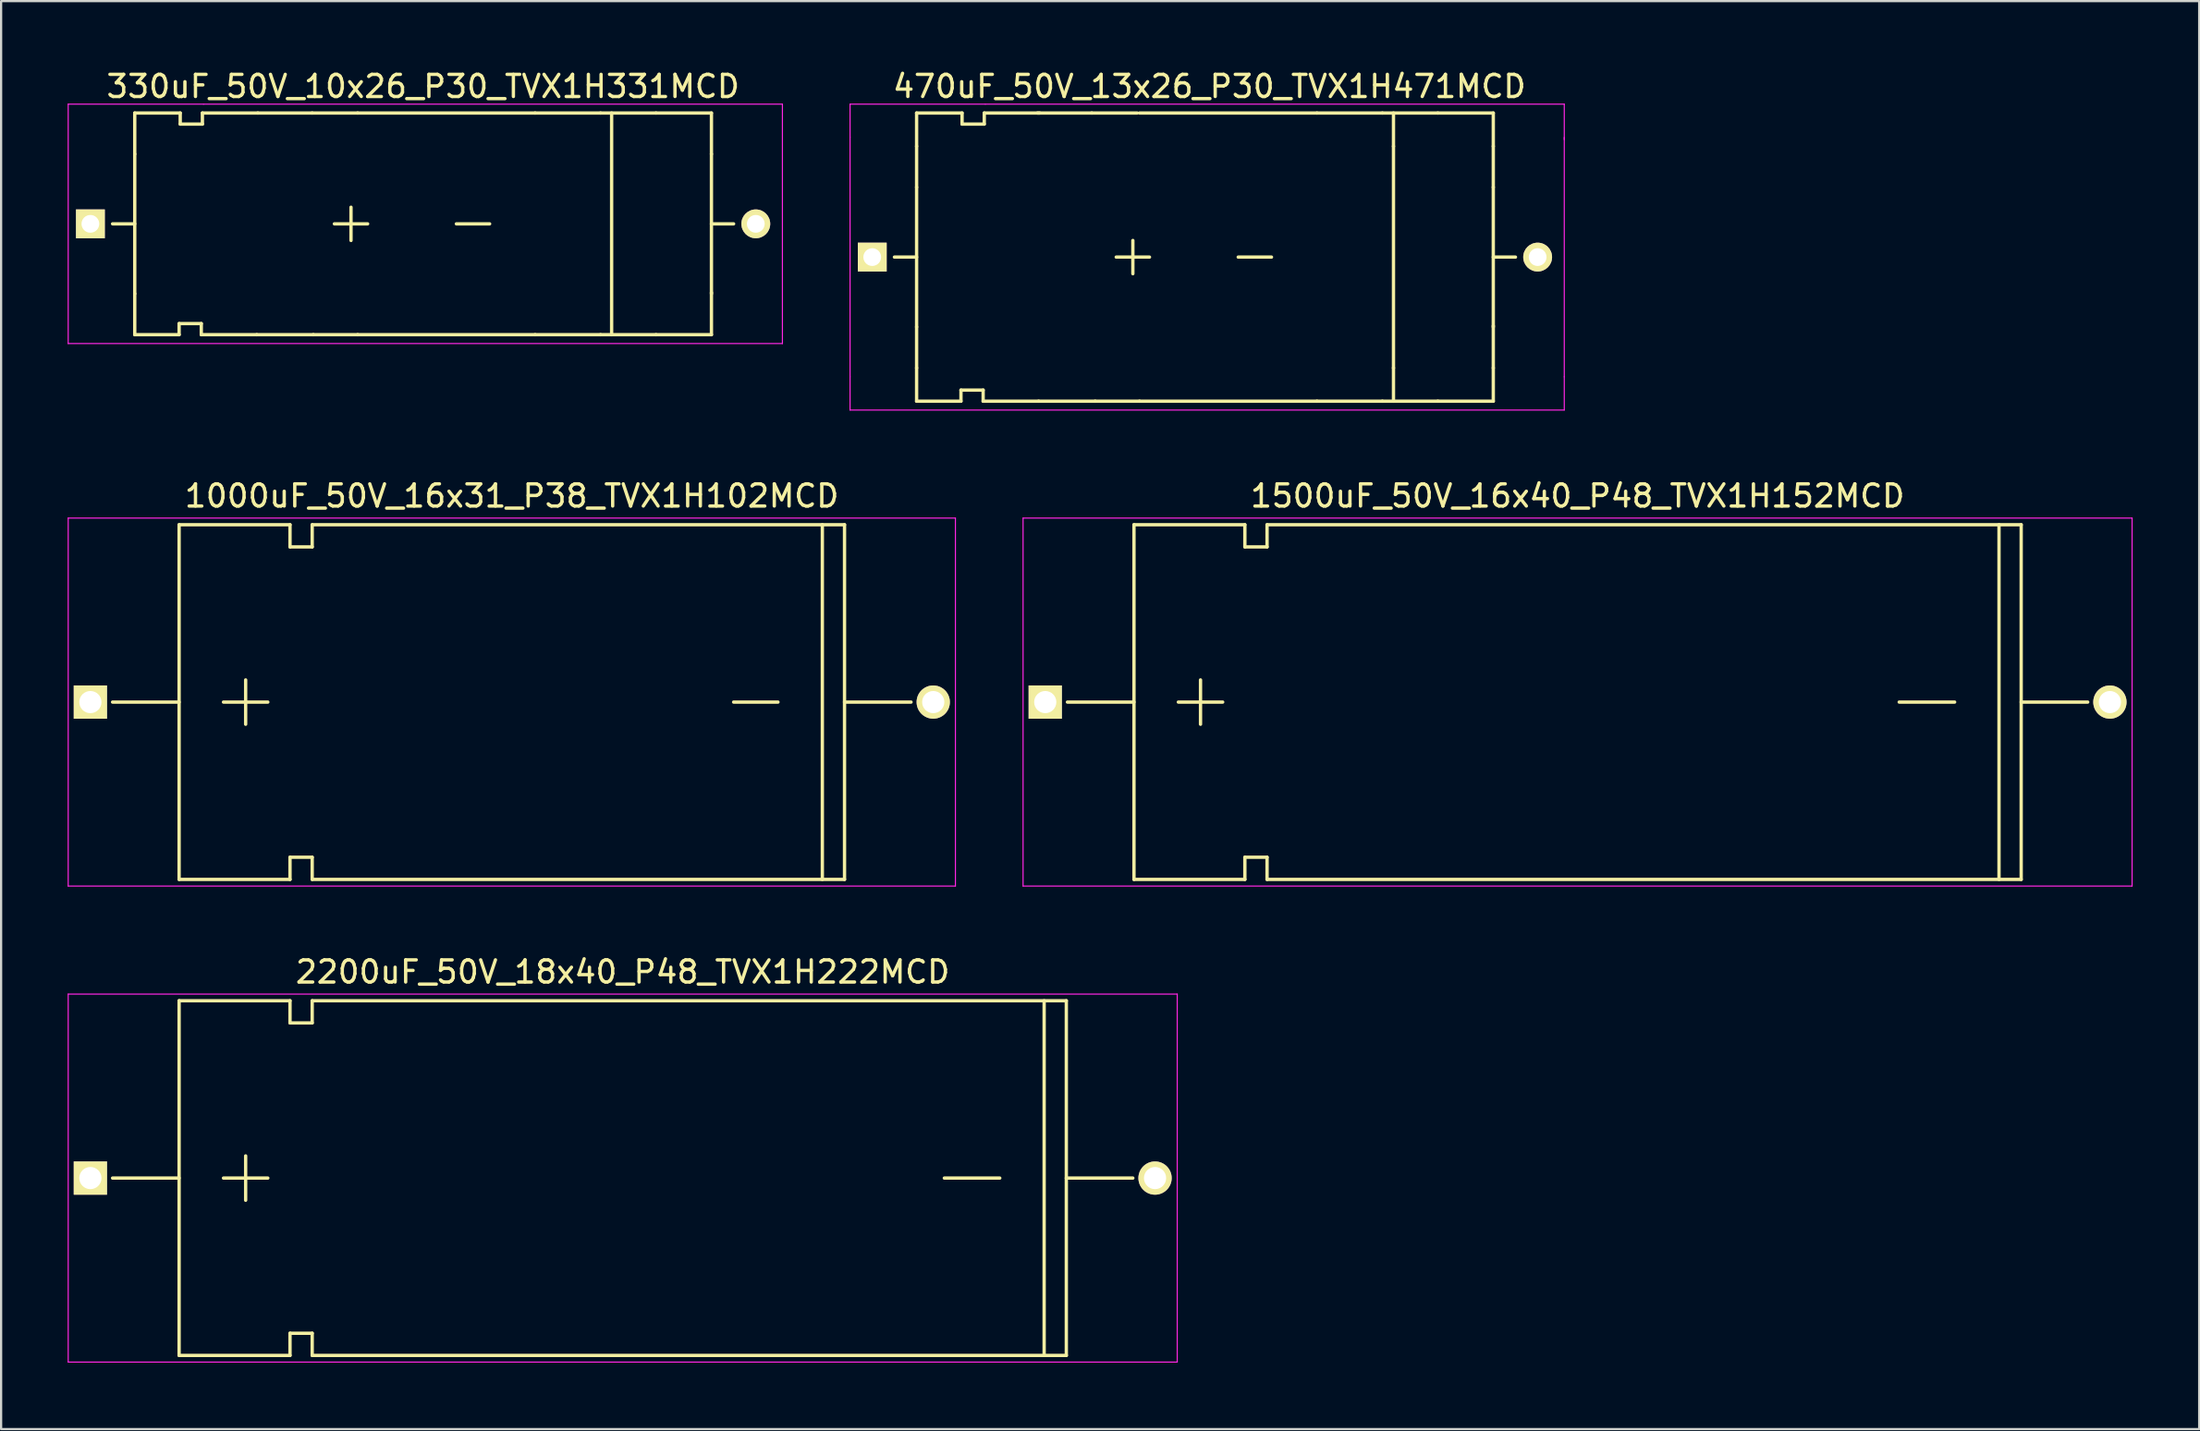
<source format=kicad_pcb>
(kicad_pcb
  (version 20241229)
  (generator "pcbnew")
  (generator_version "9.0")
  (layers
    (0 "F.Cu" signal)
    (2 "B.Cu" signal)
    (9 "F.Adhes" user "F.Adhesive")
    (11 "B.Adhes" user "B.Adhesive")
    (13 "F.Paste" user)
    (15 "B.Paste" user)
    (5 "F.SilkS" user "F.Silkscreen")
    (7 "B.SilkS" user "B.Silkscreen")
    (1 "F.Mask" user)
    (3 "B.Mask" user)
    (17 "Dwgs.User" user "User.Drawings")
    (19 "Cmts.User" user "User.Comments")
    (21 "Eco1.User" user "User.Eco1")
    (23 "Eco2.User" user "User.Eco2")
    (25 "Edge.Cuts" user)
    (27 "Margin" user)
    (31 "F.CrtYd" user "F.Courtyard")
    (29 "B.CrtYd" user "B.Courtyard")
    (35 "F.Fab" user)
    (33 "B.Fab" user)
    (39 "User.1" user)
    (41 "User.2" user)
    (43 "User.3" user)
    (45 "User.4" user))
  (footprint "1500uF_50V_16x40_P48_TVX1H152MCD"
    (layer "F.Cu")
    (at 44.075 28.622)
    (property "Reference" "1500uF_50V_16x40_P48_TVX1H152MCD" (at 24 -9.3 0) (layer "F.SilkS") (effects (font (size 1 1) (thickness 0.15))))
    (attr through_hole)
    (fp_line (start 4 0) (end 1 0) (stroke (width 0.15) (type solid)) (layer "F.SilkS"))
    (fp_line (start 4 8) (end 4 -8) (stroke (width 0.15) (type solid)) (layer "F.SilkS"))
    (fp_line (start 6 0) (end 8 0) (stroke (width 0.15) (type solid)) (layer "F.SilkS"))
    (fp_line (start 7 1) (end 7 -1) (stroke (width 0.15) (type solid)) (layer "F.SilkS"))
    (fp_line (start 9 -8) (end 4 -8) (stroke (width 0.15) (type solid)) (layer "F.SilkS"))
    (fp_line (start 9 -8) (end 9 -7) (stroke (width 0.15) (type solid)) (layer "F.SilkS"))
    (fp_line (start 9 -7) (end 10 -7) (stroke (width 0.15) (type solid)) (layer "F.SilkS"))
    (fp_line (start 9 7) (end 9 8) (stroke (width 0.15) (type solid)) (layer "F.SilkS"))
    (fp_line (start 9 8) (end 4 8) (stroke (width 0.15) (type solid)) (layer "F.SilkS"))
    (fp_line (start 10 -7) (end 10 -8) (stroke (width 0.15) (type solid)) (layer "F.SilkS"))
    (fp_line (start 10 7) (end 9 7) (stroke (width 0.15) (type solid)) (layer "F.SilkS"))
    (fp_line (start 10 8) (end 10 7) (stroke (width 0.15) (type solid)) (layer "F.SilkS"))
    (fp_line (start 10 8) (end 44 8) (stroke (width 0.15) (type solid)) (layer "F.SilkS"))
    (fp_line (start 38.5 0) (end 41 0) (stroke (width 0.15) (type solid)) (layer "F.SilkS"))
    (fp_line (start 43 -8) (end 43 8) (stroke (width 0.15) (type solid)) (layer "F.SilkS"))
    (fp_line (start 44 -8) (end 10 -8) (stroke (width 0.15) (type solid)) (layer "F.SilkS"))
    (fp_line (start 44 0) (end 47 0) (stroke (width 0.15) (type solid)) (layer "F.SilkS"))
    (fp_line (start 44 8) (end 44 -8) (stroke (width 0.15) (type solid)) (layer "F.SilkS"))
    (fp_line (start -1 -8.3) (end 49 -8.3) (stroke (width 0.05) (type solid)) (layer "F.CrtYd"))
    (fp_line (start -1 8.3) (end -1 -8.3) (stroke (width 0.05) (type solid)) (layer "F.CrtYd"))
    (fp_line (start 49 -8.3) (end 49 8.3) (stroke (width 0.05) (type solid)) (layer "F.CrtYd"))
    (fp_line (start 49 8.3) (end -1 8.3) (stroke (width 0.05) (type solid)) (layer "F.CrtYd"))
    (pad "1" thru_hole rect (at 0 0) (size 1.5 1.5) (drill 1) (layers "*.Cu" "*.Mask" "F.SilkS"))
    (pad "2" thru_hole circle (at 48 0) (size 1.5 1.5) (drill 1) (layers "*.Cu" "*.Mask" "F.SilkS")))
  (footprint "1000uF_50V_16x31_P38_TVX1H102MCD"
    (layer "F.Cu")
    (at 1.025 28.622)
    (property "Reference" "1000uF_50V_16x31_P38_TVX1H102MCD" (at 19 -9.3 0) (layer "F.SilkS") (effects (font (size 1 1) (thickness 0.15))))
    (attr through_hole)
    (fp_line (start 4 0) (end 1 0) (stroke (width 0.15) (type solid)) (layer "F.SilkS"))
    (fp_line (start 4 8) (end 4 -8) (stroke (width 0.15) (type solid)) (layer "F.SilkS"))
    (fp_line (start 6 0) (end 8 0) (stroke (width 0.15) (type solid)) (layer "F.SilkS"))
    (fp_line (start 7 1) (end 7 -1) (stroke (width 0.15) (type solid)) (layer "F.SilkS"))
    (fp_line (start 9 -8) (end 4 -8) (stroke (width 0.15) (type solid)) (layer "F.SilkS"))
    (fp_line (start 9 -8) (end 9 -7) (stroke (width 0.15) (type solid)) (layer "F.SilkS"))
    (fp_line (start 9 -7) (end 10 -7) (stroke (width 0.15) (type solid)) (layer "F.SilkS"))
    (fp_line (start 9 7) (end 9 8) (stroke (width 0.15) (type solid)) (layer "F.SilkS"))
    (fp_line (start 9 8) (end 4 8) (stroke (width 0.15) (type solid)) (layer "F.SilkS"))
    (fp_line (start 10 -7) (end 10 -8) (stroke (width 0.15) (type solid)) (layer "F.SilkS"))
    (fp_line (start 10 7) (end 9 7) (stroke (width 0.15) (type solid)) (layer "F.SilkS"))
    (fp_line (start 10 8) (end 10 7) (stroke (width 0.15) (type solid)) (layer "F.SilkS"))
    (fp_line (start 10 8) (end 34 8) (stroke (width 0.15) (type solid)) (layer "F.SilkS"))
    (fp_line (start 29 0) (end 31 0) (stroke (width 0.15) (type solid)) (layer "F.SilkS"))
    (fp_line (start 33 -8) (end 33 8) (stroke (width 0.15) (type solid)) (layer "F.SilkS"))
    (fp_line (start 34 -8) (end 10 -8) (stroke (width 0.15) (type solid)) (layer "F.SilkS"))
    (fp_line (start 34 8) (end 34 -8) (stroke (width 0.15) (type solid)) (layer "F.SilkS"))
    (fp_line (start 37 0) (end 34 0) (stroke (width 0.15) (type solid)) (layer "F.SilkS"))
    (fp_line (start -1 -8.3) (end 39 -8.3) (stroke (width 0.05) (type solid)) (layer "F.CrtYd"))
    (fp_line (start -1 8.3) (end -1 -8.3) (stroke (width 0.05) (type solid)) (layer "F.CrtYd"))
    (fp_line (start 39 -8.3) (end 39 8.3) (stroke (width 0.05) (type solid)) (layer "F.CrtYd"))
    (fp_line (start 39 8.3) (end -1 8.3) (stroke (width 0.05) (type solid)) (layer "F.CrtYd"))
    (pad "1" thru_hole rect (at 0 0) (size 1.5 1.5) (drill 1) (layers "*.Cu" "*.Mask" "F.SilkS"))
    (pad "2" thru_hole circle (at 38 0) (size 1.5 1.5) (drill 1) (layers "*.Cu" "*.Mask" "F.SilkS")))
  (footprint "2200uF_50V_18x40_P48_TVX1H222MCD"
    (layer "F.Cu")
    (at 1.025 50.095)
    (property "Reference" "2200uF_50V_18x40_P48_TVX1H222MCD" (at 24 -9.3 0) (layer "F.SilkS") (effects (font (size 1 1) (thickness 0.15))))
    (attr through_hole)
    (fp_line (start 4 0) (end 1 0) (stroke (width 0.15) (type solid)) (layer "F.SilkS"))
    (fp_line (start 4 8) (end 4 -8) (stroke (width 0.15) (type solid)) (layer "F.SilkS"))
    (fp_line (start 6 0) (end 8 0) (stroke (width 0.15) (type solid)) (layer "F.SilkS"))
    (fp_line (start 7 1) (end 7 -1) (stroke (width 0.15) (type solid)) (layer "F.SilkS"))
    (fp_line (start 9 -8) (end 4 -8) (stroke (width 0.15) (type solid)) (layer "F.SilkS"))
    (fp_line (start 9 -8) (end 9 -7) (stroke (width 0.15) (type solid)) (layer "F.SilkS"))
    (fp_line (start 9 -7) (end 10 -7) (stroke (width 0.15) (type solid)) (layer "F.SilkS"))
    (fp_line (start 9 7) (end 9 8) (stroke (width 0.15) (type solid)) (layer "F.SilkS"))
    (fp_line (start 9 8) (end 4 8) (stroke (width 0.15) (type solid)) (layer "F.SilkS"))
    (fp_line (start 10 -7) (end 10 -8) (stroke (width 0.15) (type solid)) (layer "F.SilkS"))
    (fp_line (start 10 7) (end 9 7) (stroke (width 0.15) (type solid)) (layer "F.SilkS"))
    (fp_line (start 10 8) (end 10 7) (stroke (width 0.15) (type solid)) (layer "F.SilkS"))
    (fp_line (start 10 8) (end 44 8) (stroke (width 0.15) (type solid)) (layer "F.SilkS"))
    (fp_line (start 38.5 0) (end 41 0) (stroke (width 0.15) (type solid)) (layer "F.SilkS"))
    (fp_line (start 43 -8) (end 43 8) (stroke (width 0.15) (type solid)) (layer "F.SilkS"))
    (fp_line (start 44 -8) (end 10 -8) (stroke (width 0.15) (type solid)) (layer "F.SilkS"))
    (fp_line (start 44 0) (end 47 0) (stroke (width 0.15) (type solid)) (layer "F.SilkS"))
    (fp_line (start 44 8) (end 44 -8) (stroke (width 0.15) (type solid)) (layer "F.SilkS"))
    (fp_line (start -1 -8.3) (end 49 -8.3) (stroke (width 0.05) (type solid)) (layer "F.CrtYd"))
    (fp_line (start -1 8.3) (end -1 -8.3) (stroke (width 0.05) (type solid)) (layer "F.CrtYd"))
    (fp_line (start 49 -8.3) (end 49 8.3) (stroke (width 0.05) (type solid)) (layer "F.CrtYd"))
    (fp_line (start 49 8.3) (end -1 8.3) (stroke (width 0.05) (type solid)) (layer "F.CrtYd"))
    (pad "1" thru_hole rect (at 0 0) (size 1.5 1.5) (drill 1) (layers "*.Cu" "*.Mask" "F.SilkS"))
    (pad "2" thru_hole circle (at 48 0) (size 1.5 1.5) (drill 1) (layers "*.Cu" "*.Mask" "F.SilkS")))
  (footprint "470uF_50V_13x26_P30_TVX1H471MCD"
    (layer "F.Cu")
    (at 42.275 8.548)
    (property "Reference" "470uF_50V_13x26_P30_TVX1H471MCD" (at 9.2 -7.7 0) (layer "F.SilkS") (effects (font (size 1 1) (thickness 0.15))))
    (attr through_hole)
    (fp_line (start -5 0) (end -4 0) (stroke (width 0.15) (type solid)) (layer "F.SilkS"))
    (fp_line (start -4 -6.5) (end -4 -5) (stroke (width 0.15) (type solid)) (layer "F.SilkS"))
    (fp_line (start -4 -5) (end -4 -3.15) (stroke (width 0.15) (type solid)) (layer "F.SilkS"))
    (fp_line (start -4 -3.15) (end -4 3.15) (stroke (width 0.15) (type solid)) (layer "F.SilkS"))
    (fp_line (start -4 5) (end -4 3.15) (stroke (width 0.15) (type solid)) (layer "F.SilkS"))
    (fp_line (start -4 5) (end -4 6.5) (stroke (width 0.15) (type solid)) (layer "F.SilkS"))
    (fp_line (start -2 6) (end -2 6.5) (stroke (width 0.15) (type solid)) (layer "F.SilkS"))
    (fp_line (start -2 6.5) (end -4 6.5) (stroke (width 0.15) (type solid)) (layer "F.SilkS"))
    (fp_line (start -1.95 -6.5) (end -4 -6.5) (stroke (width 0.15) (type solid)) (layer "F.SilkS"))
    (fp_line (start -1.95 -6.5) (end -1.95 -6) (stroke (width 0.15) (type solid)) (layer "F.SilkS"))
    (fp_line (start -1.95 -6) (end -0.95 -6) (stroke (width 0.15) (type solid)) (layer "F.SilkS"))
    (fp_line (start -1 6) (end -2 6) (stroke (width 0.15) (type solid)) (layer "F.SilkS"))
    (fp_line (start -1 6.5) (end -1 6) (stroke (width 0.15) (type solid)) (layer "F.SilkS"))
    (fp_line (start -0.95 -6.5) (end 1.55 -6.5) (stroke (width 0.15) (type solid)) (layer "F.SilkS"))
    (fp_line (start -0.95 -6) (end -0.95 -6.5) (stroke (width 0.15) (type solid)) (layer "F.SilkS"))
    (fp_line (start 1.5 6.5) (end -1 6.5) (stroke (width 0.15) (type solid)) (layer "F.SilkS"))
    (fp_line (start 1.5 6.5) (end 4.05 6.5) (stroke (width 0.15) (type solid)) (layer "F.SilkS"))
    (fp_line (start 3.9 -6.5) (end 1.45 -6.5) (stroke (width 0.15) (type solid)) (layer "F.SilkS"))
    (fp_line (start 3.9 -6.5) (end 5.95 -6.5) (stroke (width 0.15) (type solid)) (layer "F.SilkS"))
    (fp_line (start 5 0) (end 6.5 0) (stroke (width 0.15) (type solid)) (layer "F.SilkS"))
    (fp_line (start 5.75 0.75) (end 5.75 -0.75) (stroke (width 0.15) (type solid)) (layer "F.SilkS"))
    (fp_line (start 6.05 6.5) (end 4.05 6.5) (stroke (width 0.15) (type solid)) (layer "F.SilkS"))
    (fp_line (start 6.05 6.5) (end 14.05 6.5) (stroke (width 0.15) (type solid)) (layer "F.SilkS"))
    (fp_line (start 10.5 0) (end 12 0) (stroke (width 0.15) (type solid)) (layer "F.SilkS"))
    (fp_line (start 14.05 -6.5) (end 6.05 -6.5) (stroke (width 0.15) (type solid)) (layer "F.SilkS"))
    (fp_line (start 14.05 -6.5) (end 17 -6.5) (stroke (width 0.15) (type solid)) (layer "F.SilkS"))
    (fp_line (start 14.05 6.5) (end 17 6.5) (stroke (width 0.15) (type solid)) (layer "F.SilkS"))
    (fp_line (start 17 -6.5) (end 19.5 -6.5) (stroke (width 0.15) (type solid)) (layer "F.SilkS"))
    (fp_line (start 17 6.5) (end 19.5 6.5) (stroke (width 0.15) (type solid)) (layer "F.SilkS"))
    (fp_line (start 17.5 -5) (end 17.5 -6.5) (stroke (width 0.15) (type solid)) (layer "F.SilkS"))
    (fp_line (start 17.5 -5) (end 17.5 5) (stroke (width 0.15) (type solid)) (layer "F.SilkS"))
    (fp_line (start 17.5 5) (end 17.5 6.5) (stroke (width 0.15) (type solid)) (layer "F.SilkS"))
    (fp_line (start 19.5 -6.5) (end 22 -6.5) (stroke (width 0.15) (type solid)) (layer "F.SilkS"))
    (fp_line (start 19.5 6.5) (end 22 6.5) (stroke (width 0.15) (type solid)) (layer "F.SilkS"))
    (fp_line (start 22 -6.5) (end 22 -5) (stroke (width 0.15) (type solid)) (layer "F.SilkS"))
    (fp_line (start 22 -5) (end 22 -3.15) (stroke (width 0.15) (type solid)) (layer "F.SilkS"))
    (fp_line (start 22 3.15) (end 22 -3.15) (stroke (width 0.15) (type solid)) (layer "F.SilkS"))
    (fp_line (start 22 5) (end 22 3.1) (stroke (width 0.15) (type solid)) (layer "F.SilkS"))
    (fp_line (start 22 6.5) (end 22 5) (stroke (width 0.15) (type solid)) (layer "F.SilkS"))
    (fp_line (start 23 0) (end 22 0) (stroke (width 0.15) (type solid)) (layer "F.SilkS"))
    (fp_line (start -7 -6.9) (end -7 -5.4) (stroke (width 0.05) (type solid)) (layer "F.CrtYd"))
    (fp_line (start -7 -5.4) (end -7 5.4) (stroke (width 0.05) (type solid)) (layer "F.CrtYd"))
    (fp_line (start -7 6.9) (end -7 5.4) (stroke (width 0.05) (type solid)) (layer "F.CrtYd"))
    (fp_line (start -7 6.9) (end 25.2 6.9) (stroke (width 0.05) (type solid)) (layer "F.CrtYd"))
    (fp_line (start -0.9 -6.9) (end -7 -6.9) (stroke (width 0.05) (type solid)) (layer "F.CrtYd"))
    (fp_line (start 25.2 -6.9) (end -0.9 -6.9) (stroke (width 0.05) (type solid)) (layer "F.CrtYd"))
    (fp_line (start 25.2 -6.9) (end 25.2 -5.3) (stroke (width 0.05) (type solid)) (layer "F.CrtYd"))
    (fp_line (start 25.2 5.4) (end 25.2 -5.4) (stroke (width 0.05) (type solid)) (layer "F.CrtYd"))
    (fp_line (start 25.2 5.4) (end 25.2 6.9) (stroke (width 0.05) (type solid)) (layer "F.CrtYd"))
    (pad "1" thru_hole rect (at -6 0) (size 1.3 1.3) (drill 0.8) (layers "*.Cu" "*.Mask" "F.SilkS"))
    (pad "2" thru_hole circle (at 24 0) (size 1.3 1.3) (drill 0.8) (layers "*.Cu" "*.Mask" "F.SilkS")))
  (footprint "330uF_50V_10x26_P30_TVX1H331MCD"
    (layer "F.Cu")
    (at 7.025 7.048)
    (property "Reference" "330uF_50V_10x26_P30_TVX1H331MCD" (at 9 -6.2 0) (layer "F.SilkS") (effects (font (size 1 1) (thickness 0.15))))
    (attr through_hole)
    (fp_line (start -5 0) (end -4 0) (stroke (width 0.15) (type solid)) (layer "F.SilkS"))
    (fp_line (start -4 -5) (end -4 -3.15) (stroke (width 0.15) (type solid)) (layer "F.SilkS"))
    (fp_line (start -4 -3.15) (end -4 3.15) (stroke (width 0.15) (type solid)) (layer "F.SilkS"))
    (fp_line (start -4 5) (end -4 3.15) (stroke (width 0.15) (type solid)) (layer "F.SilkS"))
    (fp_line (start -2 4.5) (end -2 5) (stroke (width 0.15) (type solid)) (layer "F.SilkS"))
    (fp_line (start -2 5) (end -4 5) (stroke (width 0.15) (type solid)) (layer "F.SilkS"))
    (fp_line (start -1.95 -5) (end -4 -5) (stroke (width 0.15) (type solid)) (layer "F.SilkS"))
    (fp_line (start -1.95 -5) (end -1.95 -4.5) (stroke (width 0.15) (type solid)) (layer "F.SilkS"))
    (fp_line (start -1.95 -4.5) (end -0.95 -4.5) (stroke (width 0.15) (type solid)) (layer "F.SilkS"))
    (fp_line (start -1 4.5) (end -2 4.5) (stroke (width 0.15) (type solid)) (layer "F.SilkS"))
    (fp_line (start -1 5) (end -1 4.5) (stroke (width 0.15) (type solid)) (layer "F.SilkS"))
    (fp_line (start -0.95 -5) (end 1.55 -5) (stroke (width 0.15) (type solid)) (layer "F.SilkS"))
    (fp_line (start -0.95 -4.5) (end -0.95 -5) (stroke (width 0.15) (type solid)) (layer "F.SilkS"))
    (fp_line (start 1.5 5) (end -1 5) (stroke (width 0.15) (type solid)) (layer "F.SilkS"))
    (fp_line (start 1.5 5) (end 4.05 5) (stroke (width 0.15) (type solid)) (layer "F.SilkS"))
    (fp_line (start 4 -5) (end 1.55 -5) (stroke (width 0.15) (type solid)) (layer "F.SilkS"))
    (fp_line (start 4 -5) (end 6.05 -5) (stroke (width 0.15) (type solid)) (layer "F.SilkS"))
    (fp_line (start 5 0) (end 6.5 0) (stroke (width 0.15) (type solid)) (layer "F.SilkS"))
    (fp_line (start 5.75 0.75) (end 5.75 -0.75) (stroke (width 0.15) (type solid)) (layer "F.SilkS"))
    (fp_line (start 6.05 5) (end 4.05 5) (stroke (width 0.15) (type solid)) (layer "F.SilkS"))
    (fp_line (start 6.05 5) (end 14.05 5) (stroke (width 0.15) (type solid)) (layer "F.SilkS"))
    (fp_line (start 10.5 0) (end 12 0) (stroke (width 0.15) (type solid)) (layer "F.SilkS"))
    (fp_line (start 14.05 -5) (end 6.05 -5) (stroke (width 0.15) (type solid)) (layer "F.SilkS"))
    (fp_line (start 14.05 -5) (end 17 -5) (stroke (width 0.15) (type solid)) (layer "F.SilkS"))
    (fp_line (start 14.05 5) (end 17 5) (stroke (width 0.15) (type solid)) (layer "F.SilkS"))
    (fp_line (start 17 -5) (end 19.5 -5) (stroke (width 0.15) (type solid)) (layer "F.SilkS"))
    (fp_line (start 17 5) (end 19.5 5) (stroke (width 0.15) (type solid)) (layer "F.SilkS"))
    (fp_line (start 17.5 -5) (end 17.5 5) (stroke (width 0.15) (type solid)) (layer "F.SilkS"))
    (fp_line (start 19.5 -5) (end 22 -5) (stroke (width 0.15) (type solid)) (layer "F.SilkS"))
    (fp_line (start 19.5 5) (end 22 5) (stroke (width 0.15) (type solid)) (layer "F.SilkS"))
    (fp_line (start 22 -5) (end 22 -3.15) (stroke (width 0.15) (type solid)) (layer "F.SilkS"))
    (fp_line (start 22 3.15) (end 22 -3.15) (stroke (width 0.15) (type solid)) (layer "F.SilkS"))
    (fp_line (start 22 5) (end 22 3.1) (stroke (width 0.15) (type solid)) (layer "F.SilkS"))
    (fp_line (start 23 0) (end 22 0) (stroke (width 0.15) (type solid)) (layer "F.SilkS"))
    (fp_line (start -7 -5.4) (end -7 5.4) (stroke (width 0.05) (type solid)) (layer "F.CrtYd"))
    (fp_line (start -7 5.4) (end 25.2 5.4) (stroke (width 0.05) (type solid)) (layer "F.CrtYd"))
    (fp_line (start -0.9 -5.4) (end -7 -5.4) (stroke (width 0.05) (type solid)) (layer "F.CrtYd"))
    (fp_line (start 25.2 -5.4) (end -0.9 -5.4) (stroke (width 0.05) (type solid)) (layer "F.CrtYd"))
    (fp_line (start 25.2 5.4) (end 25.2 -5.4) (stroke (width 0.05) (type solid)) (layer "F.CrtYd"))
    (pad "1" thru_hole rect (at -6 0) (size 1.3 1.3) (drill 0.8) (layers "*.Cu" "*.Mask" "F.SilkS"))
    (pad "2" thru_hole circle (at 24 0) (size 1.3 1.3) (drill 0.8) (layers "*.Cu" "*.Mask" "F.SilkS")))
  (gr_rect
    (start -3 -3)
    (end 96.1 61.42)
    (stroke (width 0.1) (type default))
    (fill no)
    (layer "Edge.Cuts")))
</source>
